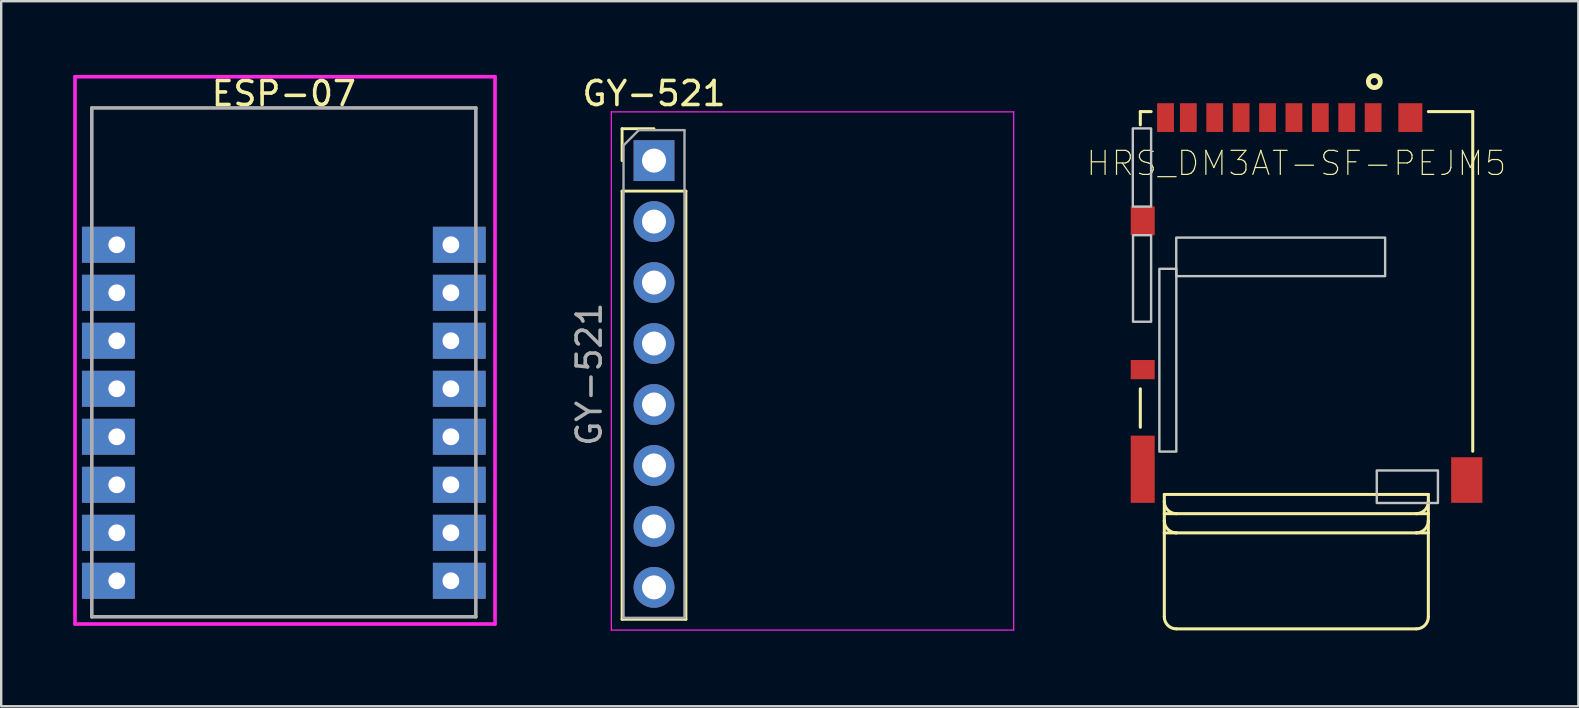
<source format=kicad_pcb>
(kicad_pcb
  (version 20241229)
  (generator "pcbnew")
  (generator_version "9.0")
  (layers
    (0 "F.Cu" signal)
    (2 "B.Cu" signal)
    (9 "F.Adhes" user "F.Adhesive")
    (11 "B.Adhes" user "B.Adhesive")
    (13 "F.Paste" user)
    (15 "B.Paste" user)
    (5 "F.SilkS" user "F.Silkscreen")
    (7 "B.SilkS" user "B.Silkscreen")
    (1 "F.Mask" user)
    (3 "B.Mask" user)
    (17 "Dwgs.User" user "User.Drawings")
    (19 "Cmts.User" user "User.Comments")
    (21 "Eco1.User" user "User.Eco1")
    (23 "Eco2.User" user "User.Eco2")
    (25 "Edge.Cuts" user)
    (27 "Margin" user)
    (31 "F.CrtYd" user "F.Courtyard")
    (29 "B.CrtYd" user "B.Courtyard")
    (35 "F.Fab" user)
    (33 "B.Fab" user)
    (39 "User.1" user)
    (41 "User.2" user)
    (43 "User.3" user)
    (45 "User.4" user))
  (footprint "HRS_DM3AT-SF-PEJM5"
    (layer "F.Cu")
    (at 50.959 1.85)
    (property "Reference" "HRS_DM3AT-SF-PEJM5" (at 0 1.905 0) (layer "F.SilkS") (effects (font (size 1.002 1.002) (thickness 0.05))))
    (attr smd)
    (fp_line (start -6.5 -0.25) (end -6.5 0.3) (stroke (width 0.127) (type solid)) (layer "F.SilkS"))
    (fp_line (start -6.5 12.9) (end -6.5 11.3) (stroke (width 0.127) (type solid)) (layer "F.SilkS"))
    (fp_line (start -6.05 -0.25) (end -6.5 -0.25) (stroke (width 0.127) (type solid)) (layer "F.SilkS"))
    (fp_line (start -5.5 15.7) (end -5.5 16) (stroke (width 0.127) (type solid)) (layer "F.SilkS"))
    (fp_line (start -5.5 15.7) (end 5.5 15.7) (stroke (width 0.127) (type solid)) (layer "F.SilkS"))
    (fp_line (start -5.5 16.5) (end -5.5 16) (stroke (width 0.127) (type solid)) (layer "F.SilkS"))
    (fp_line (start -5.5 16.5) (end -5.5 16.8) (stroke (width 0.127) (type solid)) (layer "F.SilkS"))
    (fp_line (start -5.5 17.3) (end -5.5 16.8) (stroke (width 0.127) (type solid)) (layer "F.SilkS"))
    (fp_line (start -5.5 17.3) (end -5.5 20.8) (stroke (width 0.127) (type solid)) (layer "F.SilkS"))
    (fp_line (start -5 16.5) (end -5.5 16.5) (stroke (width 0.127) (type solid)) (layer "F.SilkS"))
    (fp_line (start -5 17.3) (end -5.5 17.3) (stroke (width 0.127) (type solid)) (layer "F.SilkS"))
    (fp_line (start 5 16.5) (end -5 16.5) (stroke (width 0.127) (type solid)) (layer "F.SilkS"))
    (fp_line (start 5 17.3) (end -5 17.3) (stroke (width 0.127) (type solid)) (layer "F.SilkS"))
    (fp_line (start 5 21.3) (end -5 21.3) (stroke (width 0.127) (type solid)) (layer "F.SilkS"))
    (fp_line (start 5.5 -0.25) (end 7.35 -0.25) (stroke (width 0.127) (type solid)) (layer "F.SilkS"))
    (fp_line (start 5.5 15.7) (end 5.5 16) (stroke (width 0.127) (type solid)) (layer "F.SilkS"))
    (fp_line (start 5.5 16) (end 5.5 16.5) (stroke (width 0.127) (type solid)) (layer "F.SilkS"))
    (fp_line (start 5.5 16.5) (end 5 16.5) (stroke (width 0.127) (type solid)) (layer "F.SilkS"))
    (fp_line (start 5.5 16.5) (end 5.5 16.8) (stroke (width 0.127) (type solid)) (layer "F.SilkS"))
    (fp_line (start 5.5 16.8) (end 5.5 17.3) (stroke (width 0.127) (type solid)) (layer "F.SilkS"))
    (fp_line (start 5.5 17.3) (end 5 17.3) (stroke (width 0.127) (type solid)) (layer "F.SilkS"))
    (fp_line (start 5.5 17.3) (end 5.5 20.8) (stroke (width 0.127) (type solid)) (layer "F.SilkS"))
    (fp_line (start 7.35 -0.25) (end 7.35 13.9) (stroke (width 0.127) (type solid)) (layer "F.SilkS"))
    (fp_arc (start -5 16.5) (mid -5.353553 16.353553) (end -5.5 16) (stroke (width 0.127) (type solid)) (layer "F.SilkS"))
    (fp_arc (start -5 17.3) (mid -5.353553 17.153553) (end -5.5 16.8) (stroke (width 0.127) (type solid)) (layer "F.SilkS"))
    (fp_arc (start -5 21.3) (mid -5.353553 21.153553) (end -5.5 20.8) (stroke (width 0.127) (type solid)) (layer "F.SilkS"))
    (fp_arc (start 5.5 16) (mid 5.353553 16.353553) (end 5 16.5) (stroke (width 0.127) (type solid)) (layer "F.SilkS"))
    (fp_arc (start 5.5 16.8) (mid 5.353553 17.153553) (end 5 17.3) (stroke (width 0.127) (type solid)) (layer "F.SilkS"))
    (fp_arc (start 5.5 20.8) (mid 5.353553 21.153553) (end 5 21.3) (stroke (width 0.127) (type solid)) (layer "F.SilkS"))
    (fp_circle (center 3.25 -1.5) (end 3.5 -1.5) (stroke (width 0.2) (type solid)) (fill no) (layer "F.SilkS"))
    (fp_poly (pts (xy -6.813 0.45) (xy -6.05 0.45) (xy -6.05 3.707) (xy -6.813 3.707)) (stroke (width 0.1) (type solid)) (fill no) (layer "Dwgs.User"))
    (fp_poly (pts (xy -6.804 4.9) (xy -6.05 4.9) (xy -6.05 8.505) (xy -6.804 8.505)) (stroke (width 0.1) (type solid)) (fill no) (layer "Dwgs.User"))
    (fp_poly (pts (xy -5.706 6.3) (xy -5 6.3) (xy -5 13.915) (xy -5.706 13.915)) (stroke (width 0.1) (type solid)) (fill no) (layer "Dwgs.User"))
    (fp_poly (pts (xy -5.003 5) (xy 3.7 5) (xy 3.7 6.604) (xy -5.003 6.604)) (stroke (width 0.1) (type solid)) (fill no) (layer "Dwgs.User"))
    (fp_poly (pts (xy 3.352 14.7) (xy 5.9 14.7) (xy 5.9 16.057) (xy 3.352 16.057)) (stroke (width 0.1) (type solid)) (fill no) (layer "Dwgs.User"))
    (fp_line (start -7.25 -1) (end 8.125 -1) (stroke (width 0.05) (type solid)) (layer "Eco1.User"))
    (fp_line (start -7.25 16.3) (end -7.25 -1) (stroke (width 0.05) (type solid)) (layer "Eco1.User"))
    (fp_line (start -5.75 16.3) (end -7.25 16.3) (stroke (width 0.05) (type solid)) (layer "Eco1.User"))
    (fp_line (start -5.75 21.5) (end -5.75 16.3) (stroke (width 0.05) (type solid)) (layer "Eco1.User"))
    (fp_line (start 5.75 16.3) (end 5.75 21.5) (stroke (width 0.05) (type solid)) (layer "Eco1.User"))
    (fp_line (start 5.75 21.5) (end -5.75 21.5) (stroke (width 0.05) (type solid)) (layer "Eco1.User"))
    (fp_line (start 8.125 -1) (end 8.125 16.3) (stroke (width 0.05) (type solid)) (layer "Eco1.User"))
    (fp_line (start 8.125 16.3) (end 5.75 16.3) (stroke (width 0.05) (type solid)) (layer "Eco1.User"))
    (pad "1" smd rect (at 3.2 0) (size 0.7 1.2) (layers "F.Cu" "F.Mask" "F.Paste"))
    (pad "2" smd rect (at 2.1 0) (size 0.7 1.2) (layers "F.Cu" "F.Mask" "F.Paste"))
    (pad "3" smd rect (at 1 0) (size 0.7 1.2) (layers "F.Cu" "F.Mask" "F.Paste"))
    (pad "4" smd rect (at -0.1 0) (size 0.7 1.2) (layers "F.Cu" "F.Mask" "F.Paste"))
    (pad "5" smd rect (at -1.2 0) (size 0.7 1.2) (layers "F.Cu" "F.Mask" "F.Paste"))
    (pad "6" smd rect (at -2.3 0) (size 0.7 1.2) (layers "F.Cu" "F.Mask" "F.Paste"))
    (pad "7" smd rect (at -3.4 0) (size 0.7 1.2) (layers "F.Cu" "F.Mask" "F.Paste"))
    (pad "8" smd rect (at -4.5 0) (size 0.7 1.2) (layers "F.Cu" "F.Mask" "F.Paste"))
    (pad "P1" smd rect (at -6.4 4.3) (size 1 1.2) (layers "F.Cu" "F.Mask" "F.Paste"))
    (pad "P2" smd rect (at -6.4 14.65) (size 1 2.8) (layers "F.Cu" "F.Mask" "F.Paste"))
    (pad "P3" smd rect (at 7.1 15.1) (size 1.3 1.9) (layers "F.Cu" "F.Mask" "F.Paste"))
    (pad "P4" smd rect (at 4.75 0) (size 1 1.2) (layers "F.Cu" "F.Mask" "F.Paste"))
    (pad "SWA" smd rect (at -6.4 10.5) (size 1 0.8) (layers "F.Cu" "F.Mask" "F.Paste"))
    (pad "SWB" smd rect (at -5.45 0) (size 0.7 1.2) (layers "F.Cu" "F.Mask" "F.Paste")))
  (footprint "ESP-07"
    (layer "F.Cu")
    (at 8.775 12.048)
    (property "Reference" "ESP-07" (at 0 -11.2 0) (layer "F.SilkS") (effects (font (size 1 1) (thickness 0.15))))
    (attr through_hole)
    (fp_line (start -8.7 -11.9) (end -8.7 10.9) (stroke (width 0.15) (type solid)) (layer "F.CrtYd"))
    (fp_line (start -8.7 10.9) (end 8.8 10.9) (stroke (width 0.15) (type solid)) (layer "F.CrtYd"))
    (fp_line (start 8.8 -11.9) (end -8.7 -11.9) (stroke (width 0.15) (type solid)) (layer "F.CrtYd"))
    (fp_line (start 8.8 10.9) (end 8.8 -11.9) (stroke (width 0.15) (type solid)) (layer "F.CrtYd"))
    (fp_line (start -8 -10.6) (end 8 -10.6) (stroke (width 0.15) (type solid)) (layer "F.Fab"))
    (fp_line (start -8 10.6) (end -8 -10.6) (stroke (width 0.15) (type solid)) (layer "F.Fab"))
    (fp_line (start 8 -10.6) (end 8 10.6) (stroke (width 0.15) (type solid)) (layer "F.Fab"))
    (fp_line (start 8 10.6) (end -8 10.6) (stroke (width 0.15) (type solid)) (layer "F.Fab"))
    (pad "1" thru_hole rect (at -6.96 -4.9) (size 2.2 1.5) (drill 0.7 (offset -0.35 0)) (layers "*.Cu" "*.Mask"))
    (pad "2" thru_hole rect (at -6.96 -2.9) (size 2.2 1.5) (drill 0.7 (offset -0.35 0)) (layers "*.Cu" "*.Mask"))
    (pad "3" thru_hole rect (at -6.96 -0.9) (size 2.2 1.5) (drill 0.7 (offset -0.35 0)) (layers "*.Cu" "*.Mask"))
    (pad "4" thru_hole rect (at -6.96 1.1) (size 2.2 1.5) (drill 0.7 (offset -0.35 0)) (layers "*.Cu" "*.Mask"))
    (pad "5" thru_hole rect (at -6.96 3.1) (size 2.2 1.5) (drill 0.7 (offset -0.35 0)) (layers "*.Cu" "*.Mask"))
    (pad "6" thru_hole rect (at -6.96 5.1) (size 2.2 1.5) (drill 0.7 (offset -0.35 0)) (layers "*.Cu" "*.Mask"))
    (pad "7" thru_hole rect (at -6.96 7.1) (size 2.2 1.5) (drill 0.7 (offset -0.35 0)) (layers "*.Cu" "*.Mask"))
    (pad "8" thru_hole rect (at -6.96 9.1) (size 2.2 1.5) (drill 0.7 (offset -0.35 0)) (layers "*.Cu" "*.Mask"))
    (pad "9" thru_hole rect (at 6.96 9.1 180) (size 2.2 1.5) (drill 0.7 (offset -0.35 0)) (layers "*.Cu" "*.Mask"))
    (pad "10" thru_hole rect (at 6.96 7.1 180) (size 2.2 1.5) (drill 0.7 (offset -0.35 0)) (layers "*.Cu" "*.Mask"))
    (pad "11" thru_hole rect (at 6.96 5.1 180) (size 2.2 1.5) (drill 0.7 (offset -0.35 0)) (layers "*.Cu" "*.Mask"))
    (pad "12" thru_hole rect (at 6.96 3.1 180) (size 2.2 1.5) (drill 0.7 (offset -0.35 0)) (layers "*.Cu" "*.Mask"))
    (pad "13" thru_hole rect (at 6.96 1.1 180) (size 2.2 1.5) (drill 0.7 (offset -0.35 0)) (layers "*.Cu" "*.Mask"))
    (pad "14" thru_hole rect (at 6.96 -0.9 180) (size 2.2 1.5) (drill 0.7 (offset -0.35 0)) (layers "*.Cu" "*.Mask"))
    (pad "15" thru_hole rect (at 6.96 -2.9 180) (size 2.2 1.5) (drill 0.7 (offset -0.35 0)) (layers "*.Cu" "*.Mask"))
    (pad "16" thru_hole rect (at 6.96 -4.9 180) (size 2.2 1.5) (drill 0.7 (offset -0.35 0)) (layers "*.Cu" "*.Mask")))
  (footprint "GY-521"
    (layer "F.Cu")
    (at 24.198 3.642)
    (property "Reference" "GY-521" (at 0 -2.794 0) (layer "F.SilkS") (effects (font (size 1 1) (thickness 0.15))))
    (attr through_hole)
    (fp_line (start -1.33 -1.33) (end 0 -1.33) (stroke (width 0.12) (type solid)) (layer "F.SilkS"))
    (fp_line (start -1.33 0) (end -1.33 -1.33) (stroke (width 0.12) (type solid)) (layer "F.SilkS"))
    (fp_line (start -1.33 1.27) (end -1.33 19.11) (stroke (width 0.12) (type solid)) (layer "F.SilkS"))
    (fp_line (start -1.33 1.27) (end 1.33 1.27) (stroke (width 0.12) (type solid)) (layer "F.SilkS"))
    (fp_line (start -1.33 19.11) (end 1.33 19.11) (stroke (width 0.12) (type solid)) (layer "F.SilkS"))
    (fp_line (start 1.33 1.27) (end 1.33 19.11) (stroke (width 0.12) (type solid)) (layer "F.SilkS"))
    (fp_line (start -1.778 -2.032) (end -1.778 19.558) (stroke (width 0.05) (type solid)) (layer "F.CrtYd"))
    (fp_line (start -1.778 19.558) (end 14.986 19.558) (stroke (width 0.05) (type solid)) (layer "F.CrtYd"))
    (fp_line (start 14.986 -2.032) (end -1.778 -2.032) (stroke (width 0.05) (type solid)) (layer "F.CrtYd"))
    (fp_line (start 14.986 19.558) (end 14.986 -2.032) (stroke (width 0.05) (type solid)) (layer "F.CrtYd"))
    (fp_line (start -1.27 -0.635) (end -0.635 -1.27) (stroke (width 0.1) (type solid)) (layer "F.Fab"))
    (fp_line (start -1.27 19.05) (end -1.27 -0.635) (stroke (width 0.1) (type solid)) (layer "F.Fab"))
    (fp_line (start -0.635 -1.27) (end 1.27 -1.27) (stroke (width 0.1) (type solid)) (layer "F.Fab"))
    (fp_line (start 1.27 -1.27) (end 1.27 19.05) (stroke (width 0.1) (type solid)) (layer "F.Fab"))
    (fp_line (start 1.27 19.05) (end -1.27 19.05) (stroke (width 0.1) (type solid)) (layer "F.Fab"))
    (fp_text user "${REFERENCE}" (at -2.7 8.9 90) (layer "F.Fab") (effects (font (size 1 1) (thickness 0.15))))
    (pad "1" thru_hole rect (at 0 0) (size 1.7 1.7) (drill 1) (layers "*.Cu" "*.Mask"))
    (pad "2" thru_hole oval (at 0 2.54) (size 1.7 1.7) (drill 1) (layers "*.Cu" "*.Mask"))
    (pad "3" thru_hole oval (at 0 5.08) (size 1.7 1.7) (drill 1) (layers "*.Cu" "*.Mask"))
    (pad "4" thru_hole oval (at 0 7.62) (size 1.7 1.7) (drill 1) (layers "*.Cu" "*.Mask"))
    (pad "5" thru_hole oval (at 0 10.16) (size 1.7 1.7) (drill 1) (layers "*.Cu" "*.Mask"))
    (pad "6" thru_hole oval (at 0 12.7) (size 1.7 1.7) (drill 1) (layers "*.Cu" "*.Mask"))
    (pad "7" thru_hole oval (at 0 15.24) (size 1.7 1.7) (drill 1) (layers "*.Cu" "*.Mask"))
    (pad "8" thru_hole oval (at 0 17.78) (size 1.7 1.7) (drill 1) (layers "*.Cu" "*.Mask")))
  (gr_rect
    (start -3 -3)
    (end 62.71 26.375)
    (stroke (width 0.1) (type default))
    (fill no)
    (layer "Edge.Cuts")))
</source>
